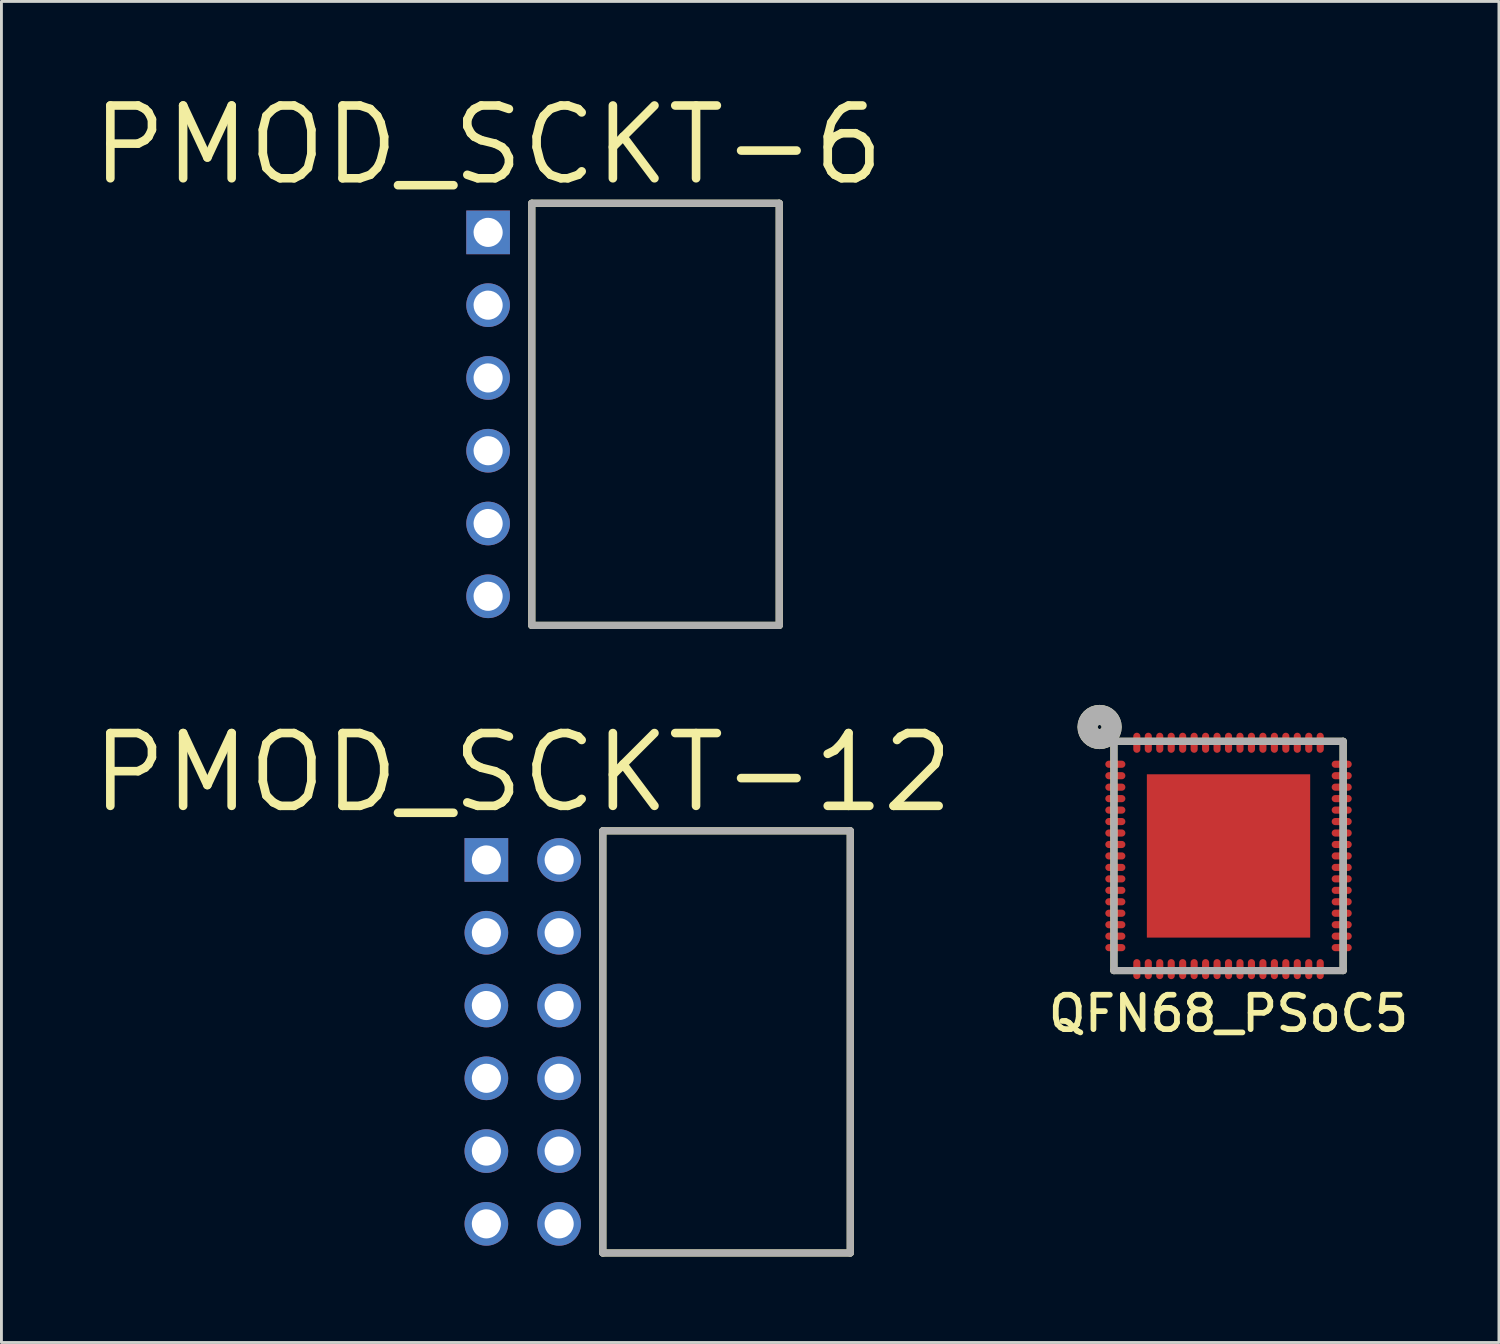
<source format=kicad_pcb>
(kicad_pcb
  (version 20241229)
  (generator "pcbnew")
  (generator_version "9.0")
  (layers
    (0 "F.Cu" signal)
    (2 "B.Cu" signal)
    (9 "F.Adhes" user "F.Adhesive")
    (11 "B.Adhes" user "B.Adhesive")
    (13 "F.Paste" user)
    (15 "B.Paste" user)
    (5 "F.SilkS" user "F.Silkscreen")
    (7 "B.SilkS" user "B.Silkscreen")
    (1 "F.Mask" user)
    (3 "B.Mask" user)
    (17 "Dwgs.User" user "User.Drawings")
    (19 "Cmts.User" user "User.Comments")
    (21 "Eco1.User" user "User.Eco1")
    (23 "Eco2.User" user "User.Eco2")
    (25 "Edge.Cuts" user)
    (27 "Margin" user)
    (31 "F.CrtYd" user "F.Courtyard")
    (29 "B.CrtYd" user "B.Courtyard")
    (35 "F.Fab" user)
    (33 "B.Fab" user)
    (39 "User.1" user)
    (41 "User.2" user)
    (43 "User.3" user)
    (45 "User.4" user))
  (footprint "PMOD_SCKT-6"
    (layer "F.Cu")
    (at 13.985 11.41)
    (property "Reference" "PMOD_SCKT-6" (at 0 -9.398 0) (layer "F.SilkS") (effects (font (size 2.54 2.54) (thickness 0.3))))
    (attr exclude_from_pos_files exclude_from_bom)
    (fp_line (start 1.524 -7.366) (end 1.524 7.366) (stroke (width 0.25) (type solid)) (layer "F.SilkS"))
    (fp_line (start 1.524 7.366) (end 10.16 7.366) (stroke (width 0.25) (type solid)) (layer "F.SilkS"))
    (fp_line (start 10.16 -7.366) (end 1.524 -7.366) (stroke (width 0.25) (type solid)) (layer "F.SilkS"))
    (fp_line (start 10.16 7.366) (end 10.16 -7.366) (stroke (width 0.25) (type solid)) (layer "F.SilkS"))
    (fp_line (start 1.524 -7.366) (end 1.524 7.366) (stroke (width 0.25) (type solid)) (layer "F.Fab"))
    (fp_line (start 1.524 7.366) (end 10.16 7.366) (stroke (width 0.25) (type solid)) (layer "F.Fab"))
    (fp_line (start 10.16 -7.366) (end 1.524 -7.366) (stroke (width 0.25) (type solid)) (layer "F.Fab"))
    (fp_line (start 10.16 7.366) (end 10.16 -7.366) (stroke (width 0.25) (type solid)) (layer "F.Fab"))
    (pad "1" thru_hole rect (at 0 -6.35) (size 1.524 1.524) (drill 1.016) (layers "*.Cu" "*.Mask"))
    (pad "2" thru_hole circle (at 0 -3.81 270) (size 1.524 1.524) (drill 1.016) (layers "*.Cu" "*.Mask"))
    (pad "3" thru_hole circle (at 0 -1.27 270) (size 1.524 1.524) (drill 1.016) (layers "*.Cu" "*.Mask"))
    (pad "4" thru_hole circle (at 0 1.27 270) (size 1.524 1.524) (drill 1.016) (layers "*.Cu" "*.Mask"))
    (pad "5" thru_hole circle (at 0 3.81 270) (size 1.524 1.524) (drill 1.016) (layers "*.Cu" "*.Mask"))
    (pad "6" thru_hole circle (at 0 6.35 270) (size 1.524 1.524) (drill 1.016) (layers "*.Cu" "*.Mask")))
  (footprint "PMOD_SCKT-12"
    (layer "F.Cu")
    (at 15.194 33.312)
    (property "Reference" "PMOD_SCKT-12" (at 0 -9.398 0) (layer "F.SilkS") (effects (font (size 2.54 2.54) (thickness 0.3))))
    (attr exclude_from_pos_files exclude_from_bom)
    (fp_line (start 2.794 -7.366) (end 2.794 7.366) (stroke (width 0.25) (type solid)) (layer "F.SilkS"))
    (fp_line (start 2.794 7.366) (end 11.43 7.366) (stroke (width 0.25) (type solid)) (layer "F.SilkS"))
    (fp_line (start 11.43 -7.366) (end 2.794 -7.366) (stroke (width 0.25) (type solid)) (layer "F.SilkS"))
    (fp_line (start 11.43 7.366) (end 11.43 -7.366) (stroke (width 0.25) (type solid)) (layer "F.SilkS"))
    (fp_line (start 2.794 -7.366) (end 2.794 7.366) (stroke (width 0.25) (type solid)) (layer "F.Fab"))
    (fp_line (start 2.794 7.366) (end 11.43 7.366) (stroke (width 0.25) (type solid)) (layer "F.Fab"))
    (fp_line (start 11.43 -7.366) (end 2.794 -7.366) (stroke (width 0.25) (type solid)) (layer "F.Fab"))
    (fp_line (start 11.43 7.366) (end 11.43 -7.366) (stroke (width 0.25) (type solid)) (layer "F.Fab"))
    (pad "1" thru_hole rect (at -1.27 -6.35) (size 1.524 1.524) (drill 1.016) (layers "*.Cu" "*.Mask"))
    (pad "2" thru_hole circle (at -1.27 -3.81 270) (size 1.524 1.524) (drill 1.016) (layers "*.Cu" "*.Mask"))
    (pad "3" thru_hole circle (at -1.27 -1.27 270) (size 1.524 1.524) (drill 1.016) (layers "*.Cu" "*.Mask"))
    (pad "4" thru_hole circle (at -1.27 1.27 270) (size 1.524 1.524) (drill 1.016) (layers "*.Cu" "*.Mask"))
    (pad "5" thru_hole circle (at -1.27 3.81 270) (size 1.524 1.524) (drill 1.016) (layers "*.Cu" "*.Mask"))
    (pad "6" thru_hole circle (at -1.27 6.35 270) (size 1.524 1.524) (drill 1.016) (layers "*.Cu" "*.Mask"))
    (pad "7" thru_hole circle (at 1.27 -6.35 270) (size 1.524 1.524) (drill 1.016) (layers "*.Cu" "*.Mask"))
    (pad "8" thru_hole circle (at 1.27 -3.81 270) (size 1.524 1.524) (drill 1.016) (layers "*.Cu" "*.Mask"))
    (pad "9" thru_hole circle (at 1.27 -1.27 270) (size 1.524 1.524) (drill 1.016) (layers "*.Cu" "*.Mask"))
    (pad "10" thru_hole circle (at 1.27 1.27 270) (size 1.524 1.524) (drill 1.016) (layers "*.Cu" "*.Mask"))
    (pad "11" thru_hole circle (at 1.27 3.81 270) (size 1.524 1.524) (drill 1.016) (layers "*.Cu" "*.Mask"))
    (pad "12" thru_hole circle (at 1.27 6.35 270) (size 1.524 1.524) (drill 1.016) (layers "*.Cu" "*.Mask")))
  (footprint "QFN68_PSoC5"
    (layer "F.Cu")
    (at 39.825 26.822)
    (property "Reference" "QFN68_PSoC5" (at 0 5.5 0) (layer "F.SilkS") (effects (font (size 1.2 1.2) (thickness 0.2))))
    (attr through_hole)
    (fp_line (start -4 -4) (end 4 -4) (stroke (width 0.25) (type solid)) (layer "F.SilkS"))
    (fp_line (start -4 4) (end -4 -4) (stroke (width 0.25) (type solid)) (layer "F.SilkS"))
    (fp_line (start -4 4) (end -4 3.6) (stroke (width 0.2) (type solid)) (layer "F.SilkS"))
    (fp_line (start -4 4) (end 4 4) (stroke (width 0.25) (type solid)) (layer "F.SilkS"))
    (fp_line (start 4 4) (end 4 -4) (stroke (width 0.25) (type solid)) (layer "F.SilkS"))
    (fp_line (start 4 4) (end 4 3.6) (stroke (width 0.2) (type solid)) (layer "F.SilkS"))
    (fp_circle (center -4.5 -4.5) (end -4.45 -4.45) (stroke (width 0.7) (type solid)) (fill no) (layer "F.SilkS"))
    (fp_line (start -4 -4) (end 4 -4) (stroke (width 0.25) (type solid)) (layer "F.Fab"))
    (fp_line (start -4 4) (end -4 -4) (stroke (width 0.25) (type solid)) (layer "F.Fab"))
    (fp_line (start 4 4) (end -4 4) (stroke (width 0.25) (type solid)) (layer "F.Fab"))
    (fp_line (start 4 4) (end 4 -4) (stroke (width 0.25) (type solid)) (layer "F.Fab"))
    (fp_circle (center -4.5 -4.5) (end -4.45 -4.45) (stroke (width 0.7) (type solid)) (fill no) (layer "F.Fab"))
    (pad "1" smd oval (at -3.95 -3.2) (size 0.7 0.248) (layers "F.Cu" "F.Mask" "F.Paste"))
    (pad "2" smd oval (at -3.95 -2.8) (size 0.7 0.248) (layers "F.Cu" "F.Mask" "F.Paste"))
    (pad "3" smd oval (at -3.95 -2.4) (size 0.7 0.248) (layers "F.Cu" "F.Mask" "F.Paste"))
    (pad "4" smd oval (at -3.95 -2) (size 0.7 0.248) (layers "F.Cu" "F.Mask" "F.Paste"))
    (pad "5" smd oval (at -3.95 -1.6) (size 0.7 0.248) (layers "F.Cu" "F.Mask" "F.Paste"))
    (pad "6" smd oval (at -3.95 -1.2) (size 0.7 0.248) (layers "F.Cu" "F.Mask" "F.Paste"))
    (pad "7" smd oval (at -3.95 -0.8) (size 0.7 0.248) (layers "F.Cu" "F.Mask" "F.Paste"))
    (pad "8" smd oval (at -3.95 -0.4) (size 0.7 0.248) (layers "F.Cu" "F.Mask" "F.Paste"))
    (pad "9" smd oval (at -3.95 0) (size 0.7 0.248) (layers "F.Cu" "F.Mask" "F.Paste"))
    (pad "10" smd oval (at -3.95 0.4) (size 0.7 0.248) (layers "F.Cu" "F.Mask" "F.Paste"))
    (pad "11" smd oval (at -3.95 0.8) (size 0.7 0.248) (layers "F.Cu" "F.Mask" "F.Paste"))
    (pad "12" smd oval (at -3.95 1.2) (size 0.7 0.248) (layers "F.Cu" "F.Mask" "F.Paste"))
    (pad "13" smd oval (at -3.95 1.6) (size 0.7 0.248) (layers "F.Cu" "F.Mask" "F.Paste"))
    (pad "14" smd oval (at -3.95 2) (size 0.7 0.248) (layers "F.Cu" "F.Mask" "F.Paste"))
    (pad "15" smd oval (at -3.95 2.4) (size 0.7 0.248) (layers "F.Cu" "F.Mask" "F.Paste"))
    (pad "16" smd oval (at -3.95 2.8) (size 0.7 0.248) (layers "F.Cu" "F.Mask" "F.Paste"))
    (pad "17" smd oval (at -3.95 3.2) (size 0.7 0.248) (layers "F.Cu" "F.Mask" "F.Paste"))
    (pad "18" smd oval (at -3.2 3.95) (size 0.248 0.7) (layers "F.Cu" "F.Mask" "F.Paste"))
    (pad "19" smd oval (at -2.8 3.95) (size 0.248 0.7) (layers "F.Cu" "F.Mask" "F.Paste"))
    (pad "20" smd oval (at -2.4 3.95) (size 0.248 0.7) (layers "F.Cu" "F.Mask" "F.Paste"))
    (pad "21" smd oval (at -2 3.95) (size 0.248 0.7) (layers "F.Cu" "F.Mask" "F.Paste"))
    (pad "22" smd oval (at -1.6 3.95) (size 0.248 0.7) (layers "F.Cu" "F.Mask" "F.Paste"))
    (pad "23" smd oval (at -1.2 3.95) (size 0.248 0.7) (layers "F.Cu" "F.Mask" "F.Paste"))
    (pad "24" smd oval (at -0.8 3.95) (size 0.248 0.7) (layers "F.Cu" "F.Mask" "F.Paste"))
    (pad "25" smd oval (at -0.4 3.95) (size 0.248 0.7) (layers "F.Cu" "F.Mask" "F.Paste"))
    (pad "26" smd oval (at 0 3.95) (size 0.248 0.7) (layers "F.Cu" "F.Mask" "F.Paste"))
    (pad "27" smd oval (at 0.4 3.95) (size 0.248 0.7) (layers "F.Cu" "F.Mask" "F.Paste"))
    (pad "28" smd oval (at 0.8 3.95) (size 0.248 0.7) (layers "F.Cu" "F.Mask" "F.Paste"))
    (pad "29" smd oval (at 1.2 3.95) (size 0.248 0.7) (layers "F.Cu" "F.Mask" "F.Paste"))
    (pad "30" smd oval (at 1.6 3.95) (size 0.248 0.7) (layers "F.Cu" "F.Mask" "F.Paste"))
    (pad "31" smd oval (at 2 3.95) (size 0.248 0.7) (layers "F.Cu" "F.Mask" "F.Paste"))
    (pad "32" smd oval (at 2.4 3.95) (size 0.248 0.7) (layers "F.Cu" "F.Mask" "F.Paste"))
    (pad "33" smd oval (at 2.8 3.95) (size 0.248 0.7) (layers "F.Cu" "F.Mask" "F.Paste"))
    (pad "34" smd oval (at 3.2 3.95) (size 0.248 0.7) (layers "F.Cu" "F.Mask" "F.Paste"))
    (pad "35" smd oval (at 3.95 3.2) (size 0.7 0.248) (layers "F.Cu" "F.Mask" "F.Paste"))
    (pad "36" smd oval (at 3.95 2.8) (size 0.7 0.248) (layers "F.Cu" "F.Mask" "F.Paste"))
    (pad "37" smd oval (at 3.95 2.4) (size 0.7 0.248) (layers "F.Cu" "F.Mask" "F.Paste"))
    (pad "38" smd oval (at 3.95 2) (size 0.7 0.248) (layers "F.Cu" "F.Mask" "F.Paste"))
    (pad "39" smd oval (at 3.95 1.6) (size 0.7 0.248) (layers "F.Cu" "F.Mask" "F.Paste"))
    (pad "40" smd oval (at 3.95 1.2) (size 0.7 0.248) (layers "F.Cu" "F.Mask" "F.Paste"))
    (pad "41" smd oval (at 3.95 0.8) (size 0.7 0.248) (layers "F.Cu" "F.Mask" "F.Paste"))
    (pad "42" smd oval (at 3.95 0.4) (size 0.7 0.248) (layers "F.Cu" "F.Mask" "F.Paste"))
    (pad "43" smd oval (at 3.95 0) (size 0.7 0.248) (layers "F.Cu" "F.Mask" "F.Paste"))
    (pad "44" smd oval (at 3.95 -0.4) (size 0.7 0.248) (layers "F.Cu" "F.Mask" "F.Paste"))
    (pad "45" smd oval (at 3.95 -0.8) (size 0.7 0.248) (layers "F.Cu" "F.Mask" "F.Paste"))
    (pad "46" smd oval (at 3.95 -1.2) (size 0.7 0.248) (layers "F.Cu" "F.Mask" "F.Paste"))
    (pad "47" smd oval (at 3.95 -1.6) (size 0.7 0.248) (layers "F.Cu" "F.Mask" "F.Paste"))
    (pad "48" smd oval (at 3.95 -2) (size 0.7 0.248) (layers "F.Cu" "F.Mask" "F.Paste"))
    (pad "49" smd oval (at 3.95 -2.4) (size 0.7 0.248) (layers "F.Cu" "F.Mask" "F.Paste"))
    (pad "50" smd oval (at 3.95 -2.8) (size 0.7 0.248) (layers "F.Cu" "F.Mask" "F.Paste"))
    (pad "51" smd oval (at 3.95 -3.2) (size 0.7 0.248) (layers "F.Cu" "F.Mask" "F.Paste"))
    (pad "52" smd oval (at 3.2 -3.95) (size 0.248 0.7) (layers "F.Cu" "F.Mask" "F.Paste"))
    (pad "53" smd oval (at 2.8 -3.95) (size 0.248 0.7) (layers "F.Cu" "F.Mask" "F.Paste"))
    (pad "54" smd oval (at 2.4 -3.95) (size 0.248 0.7) (layers "F.Cu" "F.Mask" "F.Paste"))
    (pad "55" smd oval (at 2 -3.95) (size 0.248 0.7) (layers "F.Cu" "F.Mask" "F.Paste"))
    (pad "56" smd oval (at 1.6 -3.95) (size 0.248 0.7) (layers "F.Cu" "F.Mask" "F.Paste"))
    (pad "57" smd oval (at 1.2 -3.95) (size 0.248 0.7) (layers "F.Cu" "F.Mask" "F.Paste"))
    (pad "58" smd oval (at 0.8 -3.95) (size 0.248 0.7) (layers "F.Cu" "F.Mask" "F.Paste"))
    (pad "59" smd oval (at 0.4 -3.95) (size 0.248 0.7) (layers "F.Cu" "F.Mask" "F.Paste"))
    (pad "60" smd oval (at 0 -3.95) (size 0.248 0.7) (layers "F.Cu" "F.Mask" "F.Paste"))
    (pad "61" smd oval (at -0.4 -3.95) (size 0.248 0.7) (layers "F.Cu" "F.Mask" "F.Paste"))
    (pad "62" smd oval (at -0.8 -3.95) (size 0.248 0.7) (layers "F.Cu" "F.Mask" "F.Paste"))
    (pad "63" smd oval (at -1.2 -3.95) (size 0.248 0.7) (layers "F.Cu" "F.Mask" "F.Paste"))
    (pad "64" smd oval (at -1.6 -3.95) (size 0.248 0.7) (layers "F.Cu" "F.Mask" "F.Paste"))
    (pad "65" smd oval (at -2 -3.95) (size 0.248 0.7) (layers "F.Cu" "F.Mask" "F.Paste"))
    (pad "66" smd oval (at -2.4 -3.95) (size 0.248 0.7) (layers "F.Cu" "F.Mask" "F.Paste"))
    (pad "67" smd oval (at -2.8 -3.95) (size 0.248 0.7) (layers "F.Cu" "F.Mask" "F.Paste"))
    (pad "68" smd oval (at -3.2 -3.95) (size 0.248 0.7) (layers "F.Cu" "F.Mask" "F.Paste"))
    (pad "DPAD" smd rect (at 0 0) (size 5.7 5.7) (layers "F.Cu" "F.Mask" "F.Paste")))
  (gr_rect
    (start -3 -3)
    (end 49.262 43.803)
    (stroke (width 0.1) (type default))
    (fill no)
    (layer "Edge.Cuts")))
</source>
